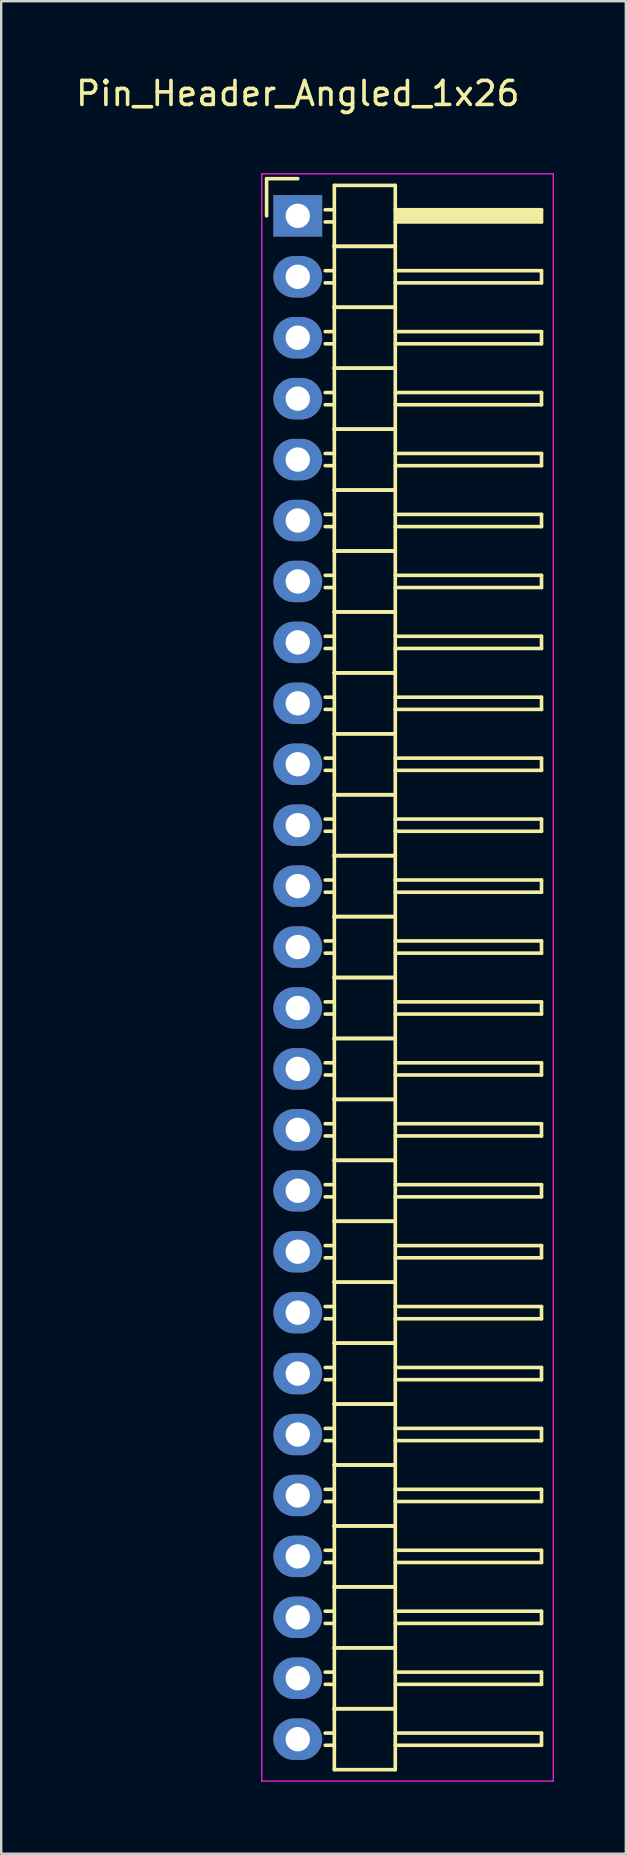
<source format=kicad_pcb>
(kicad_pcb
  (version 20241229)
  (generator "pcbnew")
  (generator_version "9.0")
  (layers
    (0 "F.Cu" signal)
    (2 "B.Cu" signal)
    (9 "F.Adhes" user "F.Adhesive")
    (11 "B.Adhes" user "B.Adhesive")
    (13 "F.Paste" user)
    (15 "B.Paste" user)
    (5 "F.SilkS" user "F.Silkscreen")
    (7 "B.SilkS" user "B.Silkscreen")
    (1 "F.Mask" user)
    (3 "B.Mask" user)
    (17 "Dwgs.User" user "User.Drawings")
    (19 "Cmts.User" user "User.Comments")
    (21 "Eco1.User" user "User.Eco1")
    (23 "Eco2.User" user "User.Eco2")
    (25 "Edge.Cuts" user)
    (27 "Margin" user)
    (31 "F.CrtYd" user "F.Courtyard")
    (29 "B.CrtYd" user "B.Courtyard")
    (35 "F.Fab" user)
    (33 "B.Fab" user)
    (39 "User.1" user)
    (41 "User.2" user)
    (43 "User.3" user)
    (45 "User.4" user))
  (footprint "Pin_Header_Angled_1x26"
    (layer "F.Cu")
    (at 9.363 5.948)
    (property "Reference" "Pin_Header_Angled_1x26" (at 0 -5.1 0) (layer "F.SilkS") (effects (font (size 1 1) (thickness 0.15))))
    (attr through_hole)
    (fp_line (start -1.3 -1.55) (end -1.3 0) (stroke (width 0.15) (type solid)) (layer "F.SilkS"))
    (fp_line (start 0 -1.55) (end -1.3 -1.55) (stroke (width 0.15) (type solid)) (layer "F.SilkS"))
    (fp_line (start 1.524 -1.27) (end 1.524 1.27) (stroke (width 0.15) (type solid)) (layer "F.SilkS"))
    (fp_line (start 1.524 -1.27) (end 4.064 -1.27) (stroke (width 0.15) (type solid)) (layer "F.SilkS"))
    (fp_line (start 1.524 -0.254) (end 1.143 -0.254) (stroke (width 0.15) (type solid)) (layer "F.SilkS"))
    (fp_line (start 1.524 0.254) (end 1.143 0.254) (stroke (width 0.15) (type solid)) (layer "F.SilkS"))
    (fp_line (start 1.524 1.27) (end 1.524 3.81) (stroke (width 0.15) (type solid)) (layer "F.SilkS"))
    (fp_line (start 1.524 1.27) (end 4.064 1.27) (stroke (width 0.15) (type solid)) (layer "F.SilkS"))
    (fp_line (start 1.524 1.27) (end 4.064 1.27) (stroke (width 0.15) (type solid)) (layer "F.SilkS"))
    (fp_line (start 1.524 2.286) (end 1.143 2.286) (stroke (width 0.15) (type solid)) (layer "F.SilkS"))
    (fp_line (start 1.524 2.794) (end 1.143 2.794) (stroke (width 0.15) (type solid)) (layer "F.SilkS"))
    (fp_line (start 1.524 3.81) (end 1.524 6.35) (stroke (width 0.15) (type solid)) (layer "F.SilkS"))
    (fp_line (start 1.524 3.81) (end 4.064 3.81) (stroke (width 0.15) (type solid)) (layer "F.SilkS"))
    (fp_line (start 1.524 3.81) (end 4.064 3.81) (stroke (width 0.15) (type solid)) (layer "F.SilkS"))
    (fp_line (start 1.524 4.826) (end 1.143 4.826) (stroke (width 0.15) (type solid)) (layer "F.SilkS"))
    (fp_line (start 1.524 5.334) (end 1.143 5.334) (stroke (width 0.15) (type solid)) (layer "F.SilkS"))
    (fp_line (start 1.524 6.35) (end 1.524 8.89) (stroke (width 0.15) (type solid)) (layer "F.SilkS"))
    (fp_line (start 1.524 6.35) (end 4.064 6.35) (stroke (width 0.15) (type solid)) (layer "F.SilkS"))
    (fp_line (start 1.524 6.35) (end 4.064 6.35) (stroke (width 0.15) (type solid)) (layer "F.SilkS"))
    (fp_line (start 1.524 7.366) (end 1.143 7.366) (stroke (width 0.15) (type solid)) (layer "F.SilkS"))
    (fp_line (start 1.524 7.874) (end 1.143 7.874) (stroke (width 0.15) (type solid)) (layer "F.SilkS"))
    (fp_line (start 1.524 8.89) (end 1.524 11.43) (stroke (width 0.15) (type solid)) (layer "F.SilkS"))
    (fp_line (start 1.524 8.89) (end 4.064 8.89) (stroke (width 0.15) (type solid)) (layer "F.SilkS"))
    (fp_line (start 1.524 8.89) (end 4.064 8.89) (stroke (width 0.15) (type solid)) (layer "F.SilkS"))
    (fp_line (start 1.524 9.906) (end 1.143 9.906) (stroke (width 0.15) (type solid)) (layer "F.SilkS"))
    (fp_line (start 1.524 10.414) (end 1.143 10.414) (stroke (width 0.15) (type solid)) (layer "F.SilkS"))
    (fp_line (start 1.524 11.43) (end 1.524 13.97) (stroke (width 0.15) (type solid)) (layer "F.SilkS"))
    (fp_line (start 1.524 11.43) (end 4.064 11.43) (stroke (width 0.15) (type solid)) (layer "F.SilkS"))
    (fp_line (start 1.524 11.43) (end 4.064 11.43) (stroke (width 0.15) (type solid)) (layer "F.SilkS"))
    (fp_line (start 1.524 12.446) (end 1.143 12.446) (stroke (width 0.15) (type solid)) (layer "F.SilkS"))
    (fp_line (start 1.524 12.954) (end 1.143 12.954) (stroke (width 0.15) (type solid)) (layer "F.SilkS"))
    (fp_line (start 1.524 13.97) (end 1.524 16.51) (stroke (width 0.15) (type solid)) (layer "F.SilkS"))
    (fp_line (start 1.524 13.97) (end 4.064 13.97) (stroke (width 0.15) (type solid)) (layer "F.SilkS"))
    (fp_line (start 1.524 13.97) (end 4.064 13.97) (stroke (width 0.15) (type solid)) (layer "F.SilkS"))
    (fp_line (start 1.524 14.986) (end 1.143 14.986) (stroke (width 0.15) (type solid)) (layer "F.SilkS"))
    (fp_line (start 1.524 15.494) (end 1.143 15.494) (stroke (width 0.15) (type solid)) (layer "F.SilkS"))
    (fp_line (start 1.524 16.51) (end 1.524 19.05) (stroke (width 0.15) (type solid)) (layer "F.SilkS"))
    (fp_line (start 1.524 16.51) (end 4.064 16.51) (stroke (width 0.15) (type solid)) (layer "F.SilkS"))
    (fp_line (start 1.524 16.51) (end 4.064 16.51) (stroke (width 0.15) (type solid)) (layer "F.SilkS"))
    (fp_line (start 1.524 17.526) (end 1.143 17.526) (stroke (width 0.15) (type solid)) (layer "F.SilkS"))
    (fp_line (start 1.524 18.034) (end 1.143 18.034) (stroke (width 0.15) (type solid)) (layer "F.SilkS"))
    (fp_line (start 1.524 19.05) (end 1.524 21.59) (stroke (width 0.15) (type solid)) (layer "F.SilkS"))
    (fp_line (start 1.524 19.05) (end 4.064 19.05) (stroke (width 0.15) (type solid)) (layer "F.SilkS"))
    (fp_line (start 1.524 19.05) (end 4.064 19.05) (stroke (width 0.15) (type solid)) (layer "F.SilkS"))
    (fp_line (start 1.524 20.066) (end 1.143 20.066) (stroke (width 0.15) (type solid)) (layer "F.SilkS"))
    (fp_line (start 1.524 20.574) (end 1.143 20.574) (stroke (width 0.15) (type solid)) (layer "F.SilkS"))
    (fp_line (start 1.524 21.59) (end 1.524 24.13) (stroke (width 0.15) (type solid)) (layer "F.SilkS"))
    (fp_line (start 1.524 21.59) (end 4.064 21.59) (stroke (width 0.15) (type solid)) (layer "F.SilkS"))
    (fp_line (start 1.524 21.59) (end 4.064 21.59) (stroke (width 0.15) (type solid)) (layer "F.SilkS"))
    (fp_line (start 1.524 22.606) (end 1.143 22.606) (stroke (width 0.15) (type solid)) (layer "F.SilkS"))
    (fp_line (start 1.524 23.114) (end 1.143 23.114) (stroke (width 0.15) (type solid)) (layer "F.SilkS"))
    (fp_line (start 1.524 24.13) (end 1.524 26.67) (stroke (width 0.15) (type solid)) (layer "F.SilkS"))
    (fp_line (start 1.524 24.13) (end 4.064 24.13) (stroke (width 0.15) (type solid)) (layer "F.SilkS"))
    (fp_line (start 1.524 24.13) (end 4.064 24.13) (stroke (width 0.15) (type solid)) (layer "F.SilkS"))
    (fp_line (start 1.524 25.146) (end 1.143 25.146) (stroke (width 0.15) (type solid)) (layer "F.SilkS"))
    (fp_line (start 1.524 25.654) (end 1.143 25.654) (stroke (width 0.15) (type solid)) (layer "F.SilkS"))
    (fp_line (start 1.524 26.67) (end 1.524 29.21) (stroke (width 0.15) (type solid)) (layer "F.SilkS"))
    (fp_line (start 1.524 26.67) (end 4.064 26.67) (stroke (width 0.15) (type solid)) (layer "F.SilkS"))
    (fp_line (start 1.524 26.67) (end 4.064 26.67) (stroke (width 0.15) (type solid)) (layer "F.SilkS"))
    (fp_line (start 1.524 27.686) (end 1.143 27.686) (stroke (width 0.15) (type solid)) (layer "F.SilkS"))
    (fp_line (start 1.524 28.194) (end 1.143 28.194) (stroke (width 0.15) (type solid)) (layer "F.SilkS"))
    (fp_line (start 1.524 29.21) (end 1.524 31.75) (stroke (width 0.15) (type solid)) (layer "F.SilkS"))
    (fp_line (start 1.524 29.21) (end 4.064 29.21) (stroke (width 0.15) (type solid)) (layer "F.SilkS"))
    (fp_line (start 1.524 29.21) (end 4.064 29.21) (stroke (width 0.15) (type solid)) (layer "F.SilkS"))
    (fp_line (start 1.524 30.226) (end 1.143 30.226) (stroke (width 0.15) (type solid)) (layer "F.SilkS"))
    (fp_line (start 1.524 30.734) (end 1.143 30.734) (stroke (width 0.15) (type solid)) (layer "F.SilkS"))
    (fp_line (start 1.524 31.75) (end 1.524 34.29) (stroke (width 0.15) (type solid)) (layer "F.SilkS"))
    (fp_line (start 1.524 31.75) (end 4.064 31.75) (stroke (width 0.15) (type solid)) (layer "F.SilkS"))
    (fp_line (start 1.524 31.75) (end 4.064 31.75) (stroke (width 0.15) (type solid)) (layer "F.SilkS"))
    (fp_line (start 1.524 32.766) (end 1.143 32.766) (stroke (width 0.15) (type solid)) (layer "F.SilkS"))
    (fp_line (start 1.524 33.274) (end 1.143 33.274) (stroke (width 0.15) (type solid)) (layer "F.SilkS"))
    (fp_line (start 1.524 34.29) (end 1.524 36.83) (stroke (width 0.15) (type solid)) (layer "F.SilkS"))
    (fp_line (start 1.524 34.29) (end 4.064 34.29) (stroke (width 0.15) (type solid)) (layer "F.SilkS"))
    (fp_line (start 1.524 34.29) (end 4.064 34.29) (stroke (width 0.15) (type solid)) (layer "F.SilkS"))
    (fp_line (start 1.524 35.306) (end 1.143 35.306) (stroke (width 0.15) (type solid)) (layer "F.SilkS"))
    (fp_line (start 1.524 35.814) (end 1.143 35.814) (stroke (width 0.15) (type solid)) (layer "F.SilkS"))
    (fp_line (start 1.524 36.83) (end 1.524 39.37) (stroke (width 0.15) (type solid)) (layer "F.SilkS"))
    (fp_line (start 1.524 36.83) (end 4.064 36.83) (stroke (width 0.15) (type solid)) (layer "F.SilkS"))
    (fp_line (start 1.524 36.83) (end 4.064 36.83) (stroke (width 0.15) (type solid)) (layer "F.SilkS"))
    (fp_line (start 1.524 37.846) (end 1.143 37.846) (stroke (width 0.15) (type solid)) (layer "F.SilkS"))
    (fp_line (start 1.524 38.354) (end 1.143 38.354) (stroke (width 0.15) (type solid)) (layer "F.SilkS"))
    (fp_line (start 1.524 39.37) (end 1.524 41.91) (stroke (width 0.15) (type solid)) (layer "F.SilkS"))
    (fp_line (start 1.524 39.37) (end 4.064 39.37) (stroke (width 0.15) (type solid)) (layer "F.SilkS"))
    (fp_line (start 1.524 39.37) (end 4.064 39.37) (stroke (width 0.15) (type solid)) (layer "F.SilkS"))
    (fp_line (start 1.524 40.386) (end 1.143 40.386) (stroke (width 0.15) (type solid)) (layer "F.SilkS"))
    (fp_line (start 1.524 40.894) (end 1.143 40.894) (stroke (width 0.15) (type solid)) (layer "F.SilkS"))
    (fp_line (start 1.524 41.91) (end 1.524 44.45) (stroke (width 0.15) (type solid)) (layer "F.SilkS"))
    (fp_line (start 1.524 41.91) (end 4.064 41.91) (stroke (width 0.15) (type solid)) (layer "F.SilkS"))
    (fp_line (start 1.524 41.91) (end 4.064 41.91) (stroke (width 0.15) (type solid)) (layer "F.SilkS"))
    (fp_line (start 1.524 42.926) (end 1.143 42.926) (stroke (width 0.15) (type solid)) (layer "F.SilkS"))
    (fp_line (start 1.524 43.434) (end 1.143 43.434) (stroke (width 0.15) (type solid)) (layer "F.SilkS"))
    (fp_line (start 1.524 44.45) (end 1.524 46.99) (stroke (width 0.15) (type solid)) (layer "F.SilkS"))
    (fp_line (start 1.524 44.45) (end 4.064 44.45) (stroke (width 0.15) (type solid)) (layer "F.SilkS"))
    (fp_line (start 1.524 44.45) (end 4.064 44.45) (stroke (width 0.15) (type solid)) (layer "F.SilkS"))
    (fp_line (start 1.524 45.466) (end 1.143 45.466) (stroke (width 0.15) (type solid)) (layer "F.SilkS"))
    (fp_line (start 1.524 45.974) (end 1.143 45.974) (stroke (width 0.15) (type solid)) (layer "F.SilkS"))
    (fp_line (start 1.524 46.99) (end 1.524 49.53) (stroke (width 0.15) (type solid)) (layer "F.SilkS"))
    (fp_line (start 1.524 46.99) (end 4.064 46.99) (stroke (width 0.15) (type solid)) (layer "F.SilkS"))
    (fp_line (start 1.524 46.99) (end 4.064 46.99) (stroke (width 0.15) (type solid)) (layer "F.SilkS"))
    (fp_line (start 1.524 48.006) (end 1.143 48.006) (stroke (width 0.15) (type solid)) (layer "F.SilkS"))
    (fp_line (start 1.524 48.514) (end 1.143 48.514) (stroke (width 0.15) (type solid)) (layer "F.SilkS"))
    (fp_line (start 1.524 49.53) (end 1.524 52.07) (stroke (width 0.15) (type solid)) (layer "F.SilkS"))
    (fp_line (start 1.524 49.53) (end 4.064 49.53) (stroke (width 0.15) (type solid)) (layer "F.SilkS"))
    (fp_line (start 1.524 49.53) (end 4.064 49.53) (stroke (width 0.15) (type solid)) (layer "F.SilkS"))
    (fp_line (start 1.524 50.546) (end 1.143 50.546) (stroke (width 0.15) (type solid)) (layer "F.SilkS"))
    (fp_line (start 1.524 51.054) (end 1.143 51.054) (stroke (width 0.15) (type solid)) (layer "F.SilkS"))
    (fp_line (start 1.524 52.07) (end 1.524 54.61) (stroke (width 0.15) (type solid)) (layer "F.SilkS"))
    (fp_line (start 1.524 52.07) (end 4.064 52.07) (stroke (width 0.15) (type solid)) (layer "F.SilkS"))
    (fp_line (start 1.524 52.07) (end 4.064 52.07) (stroke (width 0.15) (type solid)) (layer "F.SilkS"))
    (fp_line (start 1.524 53.086) (end 1.143 53.086) (stroke (width 0.15) (type solid)) (layer "F.SilkS"))
    (fp_line (start 1.524 53.594) (end 1.143 53.594) (stroke (width 0.15) (type solid)) (layer "F.SilkS"))
    (fp_line (start 1.524 54.61) (end 1.524 57.15) (stroke (width 0.15) (type solid)) (layer "F.SilkS"))
    (fp_line (start 1.524 54.61) (end 4.064 54.61) (stroke (width 0.15) (type solid)) (layer "F.SilkS"))
    (fp_line (start 1.524 54.61) (end 4.064 54.61) (stroke (width 0.15) (type solid)) (layer "F.SilkS"))
    (fp_line (start 1.524 55.626) (end 1.143 55.626) (stroke (width 0.15) (type solid)) (layer "F.SilkS"))
    (fp_line (start 1.524 56.134) (end 1.143 56.134) (stroke (width 0.15) (type solid)) (layer "F.SilkS"))
    (fp_line (start 1.524 57.15) (end 1.524 59.69) (stroke (width 0.15) (type solid)) (layer "F.SilkS"))
    (fp_line (start 1.524 57.15) (end 4.064 57.15) (stroke (width 0.15) (type solid)) (layer "F.SilkS"))
    (fp_line (start 1.524 57.15) (end 4.064 57.15) (stroke (width 0.15) (type solid)) (layer "F.SilkS"))
    (fp_line (start 1.524 58.166) (end 1.143 58.166) (stroke (width 0.15) (type solid)) (layer "F.SilkS"))
    (fp_line (start 1.524 58.674) (end 1.143 58.674) (stroke (width 0.15) (type solid)) (layer "F.SilkS"))
    (fp_line (start 1.524 59.69) (end 1.524 62.23) (stroke (width 0.15) (type solid)) (layer "F.SilkS"))
    (fp_line (start 1.524 59.69) (end 4.064 59.69) (stroke (width 0.15) (type solid)) (layer "F.SilkS"))
    (fp_line (start 1.524 59.69) (end 4.064 59.69) (stroke (width 0.15) (type solid)) (layer "F.SilkS"))
    (fp_line (start 1.524 60.706) (end 1.143 60.706) (stroke (width 0.15) (type solid)) (layer "F.SilkS"))
    (fp_line (start 1.524 61.214) (end 1.143 61.214) (stroke (width 0.15) (type solid)) (layer "F.SilkS"))
    (fp_line (start 1.524 62.23) (end 1.524 64.77) (stroke (width 0.15) (type solid)) (layer "F.SilkS"))
    (fp_line (start 1.524 62.23) (end 4.064 62.23) (stroke (width 0.15) (type solid)) (layer "F.SilkS"))
    (fp_line (start 1.524 62.23) (end 4.064 62.23) (stroke (width 0.15) (type solid)) (layer "F.SilkS"))
    (fp_line (start 1.524 63.246) (end 1.143 63.246) (stroke (width 0.15) (type solid)) (layer "F.SilkS"))
    (fp_line (start 1.524 63.754) (end 1.143 63.754) (stroke (width 0.15) (type solid)) (layer "F.SilkS"))
    (fp_line (start 1.524 64.77) (end 4.064 64.77) (stroke (width 0.15) (type solid)) (layer "F.SilkS"))
    (fp_line (start 4.064 -0.254) (end 10.16 -0.254) (stroke (width 0.15) (type solid)) (layer "F.SilkS"))
    (fp_line (start 4.064 1.27) (end 4.064 -1.27) (stroke (width 0.15) (type solid)) (layer "F.SilkS"))
    (fp_line (start 4.064 2.286) (end 10.16 2.286) (stroke (width 0.15) (type solid)) (layer "F.SilkS"))
    (fp_line (start 4.064 3.81) (end 4.064 1.27) (stroke (width 0.15) (type solid)) (layer "F.SilkS"))
    (fp_line (start 4.064 4.826) (end 10.16 4.826) (stroke (width 0.15) (type solid)) (layer "F.SilkS"))
    (fp_line (start 4.064 6.35) (end 4.064 3.81) (stroke (width 0.15) (type solid)) (layer "F.SilkS"))
    (fp_line (start 4.064 7.366) (end 10.16 7.366) (stroke (width 0.15) (type solid)) (layer "F.SilkS"))
    (fp_line (start 4.064 8.89) (end 4.064 6.35) (stroke (width 0.15) (type solid)) (layer "F.SilkS"))
    (fp_line (start 4.064 9.906) (end 10.16 9.906) (stroke (width 0.15) (type solid)) (layer "F.SilkS"))
    (fp_line (start 4.064 11.43) (end 4.064 8.89) (stroke (width 0.15) (type solid)) (layer "F.SilkS"))
    (fp_line (start 4.064 12.446) (end 10.16 12.446) (stroke (width 0.15) (type solid)) (layer "F.SilkS"))
    (fp_line (start 4.064 13.97) (end 4.064 11.43) (stroke (width 0.15) (type solid)) (layer "F.SilkS"))
    (fp_line (start 4.064 14.986) (end 10.16 14.986) (stroke (width 0.15) (type solid)) (layer "F.SilkS"))
    (fp_line (start 4.064 16.51) (end 4.064 13.97) (stroke (width 0.15) (type solid)) (layer "F.SilkS"))
    (fp_line (start 4.064 17.526) (end 10.16 17.526) (stroke (width 0.15) (type solid)) (layer "F.SilkS"))
    (fp_line (start 4.064 19.05) (end 4.064 16.51) (stroke (width 0.15) (type solid)) (layer "F.SilkS"))
    (fp_line (start 4.064 20.066) (end 10.16 20.066) (stroke (width 0.15) (type solid)) (layer "F.SilkS"))
    (fp_line (start 4.064 21.59) (end 4.064 19.05) (stroke (width 0.15) (type solid)) (layer "F.SilkS"))
    (fp_line (start 4.064 22.606) (end 10.16 22.606) (stroke (width 0.15) (type solid)) (layer "F.SilkS"))
    (fp_line (start 4.064 24.13) (end 4.064 21.59) (stroke (width 0.15) (type solid)) (layer "F.SilkS"))
    (fp_line (start 4.064 25.146) (end 10.16 25.146) (stroke (width 0.15) (type solid)) (layer "F.SilkS"))
    (fp_line (start 4.064 26.67) (end 4.064 24.13) (stroke (width 0.15) (type solid)) (layer "F.SilkS"))
    (fp_line (start 4.064 27.686) (end 10.16 27.686) (stroke (width 0.15) (type solid)) (layer "F.SilkS"))
    (fp_line (start 4.064 29.21) (end 4.064 26.67) (stroke (width 0.15) (type solid)) (layer "F.SilkS"))
    (fp_line (start 4.064 30.226) (end 10.16 30.226) (stroke (width 0.15) (type solid)) (layer "F.SilkS"))
    (fp_line (start 4.064 31.75) (end 4.064 29.21) (stroke (width 0.15) (type solid)) (layer "F.SilkS"))
    (fp_line (start 4.064 32.766) (end 10.16 32.766) (stroke (width 0.15) (type solid)) (layer "F.SilkS"))
    (fp_line (start 4.064 34.29) (end 4.064 31.75) (stroke (width 0.15) (type solid)) (layer "F.SilkS"))
    (fp_line (start 4.064 35.306) (end 10.16 35.306) (stroke (width 0.15) (type solid)) (layer "F.SilkS"))
    (fp_line (start 4.064 36.83) (end 4.064 34.29) (stroke (width 0.15) (type solid)) (layer "F.SilkS"))
    (fp_line (start 4.064 37.846) (end 10.16 37.846) (stroke (width 0.15) (type solid)) (layer "F.SilkS"))
    (fp_line (start 4.064 39.37) (end 4.064 36.83) (stroke (width 0.15) (type solid)) (layer "F.SilkS"))
    (fp_line (start 4.064 40.386) (end 10.16 40.386) (stroke (width 0.15) (type solid)) (layer "F.SilkS"))
    (fp_line (start 4.064 41.91) (end 4.064 39.37) (stroke (width 0.15) (type solid)) (layer "F.SilkS"))
    (fp_line (start 4.064 42.926) (end 10.16 42.926) (stroke (width 0.15) (type solid)) (layer "F.SilkS"))
    (fp_line (start 4.064 44.45) (end 4.064 41.91) (stroke (width 0.15) (type solid)) (layer "F.SilkS"))
    (fp_line (start 4.064 45.466) (end 10.16 45.466) (stroke (width 0.15) (type solid)) (layer "F.SilkS"))
    (fp_line (start 4.064 46.99) (end 4.064 44.45) (stroke (width 0.15) (type solid)) (layer "F.SilkS"))
    (fp_line (start 4.064 48.006) (end 10.16 48.006) (stroke (width 0.15) (type solid)) (layer "F.SilkS"))
    (fp_line (start 4.064 49.53) (end 4.064 46.99) (stroke (width 0.15) (type solid)) (layer "F.SilkS"))
    (fp_line (start 4.064 50.546) (end 10.16 50.546) (stroke (width 0.15) (type solid)) (layer "F.SilkS"))
    (fp_line (start 4.064 52.07) (end 4.064 49.53) (stroke (width 0.15) (type solid)) (layer "F.SilkS"))
    (fp_line (start 4.064 53.086) (end 10.16 53.086) (stroke (width 0.15) (type solid)) (layer "F.SilkS"))
    (fp_line (start 4.064 54.61) (end 4.064 52.07) (stroke (width 0.15) (type solid)) (layer "F.SilkS"))
    (fp_line (start 4.064 55.626) (end 10.16 55.626) (stroke (width 0.15) (type solid)) (layer "F.SilkS"))
    (fp_line (start 4.064 57.15) (end 4.064 54.61) (stroke (width 0.15) (type solid)) (layer "F.SilkS"))
    (fp_line (start 4.064 58.166) (end 10.16 58.166) (stroke (width 0.15) (type solid)) (layer "F.SilkS"))
    (fp_line (start 4.064 59.69) (end 4.064 57.15) (stroke (width 0.15) (type solid)) (layer "F.SilkS"))
    (fp_line (start 4.064 60.706) (end 10.16 60.706) (stroke (width 0.15) (type solid)) (layer "F.SilkS"))
    (fp_line (start 4.064 62.23) (end 4.064 59.69) (stroke (width 0.15) (type solid)) (layer "F.SilkS"))
    (fp_line (start 4.064 63.246) (end 10.16 63.246) (stroke (width 0.15) (type solid)) (layer "F.SilkS"))
    (fp_line (start 4.064 64.77) (end 4.064 62.23) (stroke (width 0.15) (type solid)) (layer "F.SilkS"))
    (fp_line (start 4.191 -0.127) (end 10.033 -0.127) (stroke (width 0.15) (type solid)) (layer "F.SilkS"))
    (fp_line (start 4.191 0) (end 10.033 0) (stroke (width 0.15) (type solid)) (layer "F.SilkS"))
    (fp_line (start 4.191 0.127) (end 4.191 0) (stroke (width 0.15) (type solid)) (layer "F.SilkS"))
    (fp_line (start 10.033 -0.127) (end 10.033 0.127) (stroke (width 0.15) (type solid)) (layer "F.SilkS"))
    (fp_line (start 10.033 0.127) (end 4.191 0.127) (stroke (width 0.15) (type solid)) (layer "F.SilkS"))
    (fp_line (start 10.16 -0.254) (end 10.16 0.254) (stroke (width 0.15) (type solid)) (layer "F.SilkS"))
    (fp_line (start 10.16 0.254) (end 4.064 0.254) (stroke (width 0.15) (type solid)) (layer "F.SilkS"))
    (fp_line (start 10.16 2.286) (end 10.16 2.794) (stroke (width 0.15) (type solid)) (layer "F.SilkS"))
    (fp_line (start 10.16 2.794) (end 4.064 2.794) (stroke (width 0.15) (type solid)) (layer "F.SilkS"))
    (fp_line (start 10.16 4.826) (end 10.16 5.334) (stroke (width 0.15) (type solid)) (layer "F.SilkS"))
    (fp_line (start 10.16 5.334) (end 4.064 5.334) (stroke (width 0.15) (type solid)) (layer "F.SilkS"))
    (fp_line (start 10.16 7.366) (end 10.16 7.874) (stroke (width 0.15) (type solid)) (layer "F.SilkS"))
    (fp_line (start 10.16 7.874) (end 4.064 7.874) (stroke (width 0.15) (type solid)) (layer "F.SilkS"))
    (fp_line (start 10.16 9.906) (end 10.16 10.414) (stroke (width 0.15) (type solid)) (layer "F.SilkS"))
    (fp_line (start 10.16 10.414) (end 4.064 10.414) (stroke (width 0.15) (type solid)) (layer "F.SilkS"))
    (fp_line (start 10.16 12.446) (end 10.16 12.954) (stroke (width 0.15) (type solid)) (layer "F.SilkS"))
    (fp_line (start 10.16 12.954) (end 4.064 12.954) (stroke (width 0.15) (type solid)) (layer "F.SilkS"))
    (fp_line (start 10.16 14.986) (end 10.16 15.494) (stroke (width 0.15) (type solid)) (layer "F.SilkS"))
    (fp_line (start 10.16 15.494) (end 4.064 15.494) (stroke (width 0.15) (type solid)) (layer "F.SilkS"))
    (fp_line (start 10.16 17.526) (end 10.16 18.034) (stroke (width 0.15) (type solid)) (layer "F.SilkS"))
    (fp_line (start 10.16 18.034) (end 4.064 18.034) (stroke (width 0.15) (type solid)) (layer "F.SilkS"))
    (fp_line (start 10.16 20.066) (end 10.16 20.574) (stroke (width 0.15) (type solid)) (layer "F.SilkS"))
    (fp_line (start 10.16 20.574) (end 4.064 20.574) (stroke (width 0.15) (type solid)) (layer "F.SilkS"))
    (fp_line (start 10.16 22.606) (end 10.16 23.114) (stroke (width 0.15) (type solid)) (layer "F.SilkS"))
    (fp_line (start 10.16 23.114) (end 4.064 23.114) (stroke (width 0.15) (type solid)) (layer "F.SilkS"))
    (fp_line (start 10.16 25.146) (end 10.16 25.654) (stroke (width 0.15) (type solid)) (layer "F.SilkS"))
    (fp_line (start 10.16 25.654) (end 4.064 25.654) (stroke (width 0.15) (type solid)) (layer "F.SilkS"))
    (fp_line (start 10.16 27.686) (end 10.16 28.194) (stroke (width 0.15) (type solid)) (layer "F.SilkS"))
    (fp_line (start 10.16 28.194) (end 4.064 28.194) (stroke (width 0.15) (type solid)) (layer "F.SilkS"))
    (fp_line (start 10.16 30.226) (end 10.16 30.734) (stroke (width 0.15) (type solid)) (layer "F.SilkS"))
    (fp_line (start 10.16 30.734) (end 4.064 30.734) (stroke (width 0.15) (type solid)) (layer "F.SilkS"))
    (fp_line (start 10.16 32.766) (end 10.16 33.274) (stroke (width 0.15) (type solid)) (layer "F.SilkS"))
    (fp_line (start 10.16 33.274) (end 4.064 33.274) (stroke (width 0.15) (type solid)) (layer "F.SilkS"))
    (fp_line (start 10.16 35.306) (end 10.16 35.814) (stroke (width 0.15) (type solid)) (layer "F.SilkS"))
    (fp_line (start 10.16 35.814) (end 4.064 35.814) (stroke (width 0.15) (type solid)) (layer "F.SilkS"))
    (fp_line (start 10.16 37.846) (end 10.16 38.354) (stroke (width 0.15) (type solid)) (layer "F.SilkS"))
    (fp_line (start 10.16 38.354) (end 4.064 38.354) (stroke (width 0.15) (type solid)) (layer "F.SilkS"))
    (fp_line (start 10.16 40.386) (end 10.16 40.894) (stroke (width 0.15) (type solid)) (layer "F.SilkS"))
    (fp_line (start 10.16 40.894) (end 4.064 40.894) (stroke (width 0.15) (type solid)) (layer "F.SilkS"))
    (fp_line (start 10.16 42.926) (end 10.16 43.434) (stroke (width 0.15) (type solid)) (layer "F.SilkS"))
    (fp_line (start 10.16 43.434) (end 4.064 43.434) (stroke (width 0.15) (type solid)) (layer "F.SilkS"))
    (fp_line (start 10.16 45.466) (end 10.16 45.974) (stroke (width 0.15) (type solid)) (layer "F.SilkS"))
    (fp_line (start 10.16 45.974) (end 4.064 45.974) (stroke (width 0.15) (type solid)) (layer "F.SilkS"))
    (fp_line (start 10.16 48.006) (end 10.16 48.514) (stroke (width 0.15) (type solid)) (layer "F.SilkS"))
    (fp_line (start 10.16 48.514) (end 4.064 48.514) (stroke (width 0.15) (type solid)) (layer "F.SilkS"))
    (fp_line (start 10.16 50.546) (end 10.16 51.054) (stroke (width 0.15) (type solid)) (layer "F.SilkS"))
    (fp_line (start 10.16 51.054) (end 4.064 51.054) (stroke (width 0.15) (type solid)) (layer "F.SilkS"))
    (fp_line (start 10.16 53.086) (end 10.16 53.594) (stroke (width 0.15) (type solid)) (layer "F.SilkS"))
    (fp_line (start 10.16 53.594) (end 4.064 53.594) (stroke (width 0.15) (type solid)) (layer "F.SilkS"))
    (fp_line (start 10.16 55.626) (end 10.16 56.134) (stroke (width 0.15) (type solid)) (layer "F.SilkS"))
    (fp_line (start 10.16 56.134) (end 4.064 56.134) (stroke (width 0.15) (type solid)) (layer "F.SilkS"))
    (fp_line (start 10.16 58.166) (end 10.16 58.674) (stroke (width 0.15) (type solid)) (layer "F.SilkS"))
    (fp_line (start 10.16 58.674) (end 4.064 58.674) (stroke (width 0.15) (type solid)) (layer "F.SilkS"))
    (fp_line (start 10.16 60.706) (end 10.16 61.214) (stroke (width 0.15) (type solid)) (layer "F.SilkS"))
    (fp_line (start 10.16 61.214) (end 4.064 61.214) (stroke (width 0.15) (type solid)) (layer "F.SilkS"))
    (fp_line (start 10.16 63.246) (end 10.16 63.754) (stroke (width 0.15) (type solid)) (layer "F.SilkS"))
    (fp_line (start 10.16 63.754) (end 4.064 63.754) (stroke (width 0.15) (type solid)) (layer "F.SilkS"))
    (fp_line (start -1.5 -1.75) (end -1.5 65.25) (stroke (width 0.05) (type solid)) (layer "F.CrtYd"))
    (fp_line (start -1.5 -1.75) (end 10.65 -1.75) (stroke (width 0.05) (type solid)) (layer "F.CrtYd"))
    (fp_line (start -1.5 65.25) (end 10.65 65.25) (stroke (width 0.05) (type solid)) (layer "F.CrtYd"))
    (fp_line (start 10.65 -1.75) (end 10.65 65.25) (stroke (width 0.05) (type solid)) (layer "F.CrtYd"))
    (pad "1" thru_hole rect (at 0 0) (size 2.032 1.727) (drill 1.016) (layers "*.Cu" "*.Mask"))
    (pad "2" thru_hole oval (at 0 2.54) (size 2.032 1.727) (drill 1.016) (layers "*.Cu" "*.Mask"))
    (pad "3" thru_hole oval (at 0 5.08) (size 2.032 1.727) (drill 1.016) (layers "*.Cu" "*.Mask"))
    (pad "4" thru_hole oval (at 0 7.62) (size 2.032 1.727) (drill 1.016) (layers "*.Cu" "*.Mask"))
    (pad "5" thru_hole oval (at 0 10.16) (size 2.032 1.727) (drill 1.016) (layers "*.Cu" "*.Mask"))
    (pad "6" thru_hole oval (at 0 12.7) (size 2.032 1.727) (drill 1.016) (layers "*.Cu" "*.Mask"))
    (pad "7" thru_hole oval (at 0 15.24) (size 2.032 1.727) (drill 1.016) (layers "*.Cu" "*.Mask"))
    (pad "8" thru_hole oval (at 0 17.78) (size 2.032 1.727) (drill 1.016) (layers "*.Cu" "*.Mask"))
    (pad "9" thru_hole oval (at 0 20.32) (size 2.032 1.727) (drill 1.016) (layers "*.Cu" "*.Mask"))
    (pad "10" thru_hole oval (at 0 22.86) (size 2.032 1.727) (drill 1.016) (layers "*.Cu" "*.Mask"))
    (pad "11" thru_hole oval (at 0 25.4) (size 2.032 1.727) (drill 1.016) (layers "*.Cu" "*.Mask"))
    (pad "12" thru_hole oval (at 0 27.94) (size 2.032 1.727) (drill 1.016) (layers "*.Cu" "*.Mask"))
    (pad "13" thru_hole oval (at 0 30.48) (size 2.032 1.727) (drill 1.016) (layers "*.Cu" "*.Mask"))
    (pad "14" thru_hole oval (at 0 33.02) (size 2.032 1.727) (drill 1.016) (layers "*.Cu" "*.Mask"))
    (pad "15" thru_hole oval (at 0 35.56) (size 2.032 1.727) (drill 1.016) (layers "*.Cu" "*.Mask"))
    (pad "16" thru_hole oval (at 0 38.1) (size 2.032 1.727) (drill 1.016) (layers "*.Cu" "*.Mask"))
    (pad "17" thru_hole oval (at 0 40.64) (size 2.032 1.727) (drill 1.016) (layers "*.Cu" "*.Mask"))
    (pad "18" thru_hole oval (at 0 43.18) (size 2.032 1.727) (drill 1.016) (layers "*.Cu" "*.Mask"))
    (pad "19" thru_hole oval (at 0 45.72) (size 2.032 1.727) (drill 1.016) (layers "*.Cu" "*.Mask"))
    (pad "20" thru_hole oval (at 0 48.26) (size 2.032 1.727) (drill 1.016) (layers "*.Cu" "*.Mask"))
    (pad "21" thru_hole oval (at 0 50.8) (size 2.032 1.727) (drill 1.016) (layers "*.Cu" "*.Mask"))
    (pad "22" thru_hole oval (at 0 53.34) (size 2.032 1.727) (drill 1.016) (layers "*.Cu" "*.Mask"))
    (pad "23" thru_hole oval (at 0 55.88) (size 2.032 1.727) (drill 1.016) (layers "*.Cu" "*.Mask"))
    (pad "24" thru_hole oval (at 0 58.42) (size 2.032 1.727) (drill 1.016) (layers "*.Cu" "*.Mask"))
    (pad "25" thru_hole oval (at 0 60.96) (size 2.032 1.727) (drill 1.016) (layers "*.Cu" "*.Mask"))
    (pad "26" thru_hole oval (at 0 63.5) (size 2.032 1.727) (drill 1.016) (layers "*.Cu" "*.Mask")))
  (gr_rect
    (start -3 -3)
    (end 23.038 74.223)
    (stroke (width 0.1) (type default))
    (fill no)
    (layer "Edge.Cuts")))
</source>
